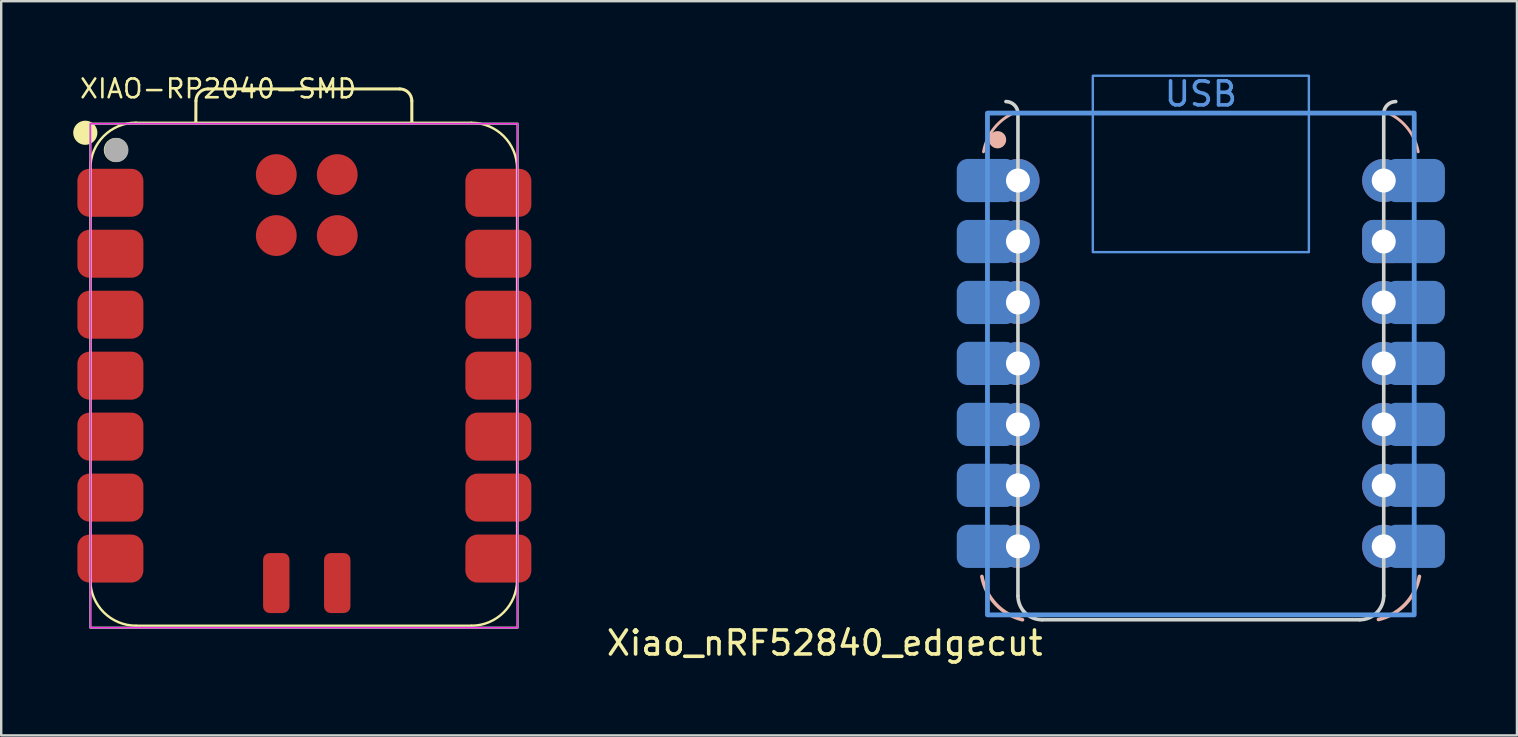
<source format=kicad_pcb>
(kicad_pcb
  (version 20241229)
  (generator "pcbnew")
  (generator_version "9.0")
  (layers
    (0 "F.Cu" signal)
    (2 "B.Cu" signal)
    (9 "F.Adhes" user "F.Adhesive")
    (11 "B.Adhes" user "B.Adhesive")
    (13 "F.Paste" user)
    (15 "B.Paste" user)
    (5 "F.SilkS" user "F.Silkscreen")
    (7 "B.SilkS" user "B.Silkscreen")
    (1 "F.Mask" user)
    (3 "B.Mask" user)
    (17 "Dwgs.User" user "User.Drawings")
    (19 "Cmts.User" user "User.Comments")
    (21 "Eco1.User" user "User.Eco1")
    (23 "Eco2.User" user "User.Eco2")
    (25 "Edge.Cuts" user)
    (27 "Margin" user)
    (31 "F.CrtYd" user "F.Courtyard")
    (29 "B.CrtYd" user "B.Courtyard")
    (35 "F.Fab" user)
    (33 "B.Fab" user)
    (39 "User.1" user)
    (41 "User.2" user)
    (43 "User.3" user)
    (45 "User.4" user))
  (footprint "XIAO-RP2040-SMD"
    (layer "F.Cu")
    (at 9.549 12.602)
    (property "Reference" "XIAO-RP2040-SMD" (at -9.335 -11.5 0) (layer "F.SilkS") (effects (font (size 0.782 0.782) (thickness 0.107)) (justify left bottom)))
    (fp_line (start -8.835 8.513) (end -8.835 -8.632) (stroke (width 0.1) (type solid)) (layer "F.SilkS"))
    (fp_line (start -6.93 10.418) (end 7.04 10.418) (stroke (width 0.1) (type solid)) (layer "F.SilkS"))
    (fp_line (start -4.44 -10.537) (end -4.436 -11.447) (stroke (width 0.127) (type solid)) (layer "F.SilkS"))
    (fp_line (start -3.936 -11.947) (end 4.059 -11.947) (stroke (width 0.127) (type solid)) (layer "F.SilkS"))
    (fp_line (start 4.559 -11.447) (end 4.559 -10.537) (stroke (width 0.127) (type solid)) (layer "F.SilkS"))
    (fp_line (start 7.04 -10.537) (end -6.93 -10.537) (stroke (width 0.1) (type solid)) (layer "F.SilkS"))
    (fp_line (start 8.945 8.513) (end 8.945 -8.632) (stroke (width 0.1) (type solid)) (layer "F.SilkS"))
    (fp_arc (start -8.835 -8.636) (mid -8.277038 -9.983038) (end -6.93 -10.541) (stroke (width 0.1) (type solid)) (layer "F.SilkS"))
    (fp_arc (start -6.93 10.418) (mid -8.277038 9.860038) (end -8.835 8.513) (stroke (width 0.1) (type solid)) (layer "F.SilkS"))
    (fp_arc (start -4.436272 -11.447272) (mid -4.289724 -11.800644) (end -3.936272 -11.947) (stroke (width 0.127) (type default)) (layer "F.SilkS"))
    (fp_arc (start 4.059 -11.947) (mid 4.412553 -11.800553) (end 4.559 -11.447) (stroke (width 0.127) (type default)) (layer "F.SilkS"))
    (fp_arc (start 7.04 -10.537) (mid 8.387038 -9.979038) (end 8.945 -8.632) (stroke (width 0.1) (type solid)) (layer "F.SilkS"))
    (fp_arc (start 8.945 8.513) (mid 8.387038 9.860038) (end 7.04 10.418) (stroke (width 0.1) (type solid)) (layer "F.SilkS"))
    (fp_circle (center -9.045 -10.121) (end -9.045 -10.375) (stroke (width 0.5) (type solid)) (fill yes) (layer "F.SilkS"))
    (fp_circle (center -7.771 -9.404) (end -7.771 -9.658) (stroke (width 0.5) (type solid)) (fill yes) (layer "F.SilkS"))
    (fp_rect (start 8.965 10.5) (end -8.835 -10.5) (stroke (width 0.05) (type default)) (fill no) (layer "F.CrtYd"))
    (fp_rect (start -8.835 -10.5) (end 8.965 10.5) (stroke (width 0.1) (type default)) (fill no) (layer "F.Fab"))
    (fp_circle (center -7.751 -9.4) (end -7.751 -9.654) (stroke (width 0.5) (type solid)) (fill no) (layer "F.Fab"))
    (pad "1" smd roundrect (at -8 -7.62) (size 2.75 2) (layers "F.Cu" "F.Mask" "F.Paste") (roundrect_rratio 0.25))
    (pad "2" smd roundrect (at -8 -5.08) (size 2.75 2) (layers "F.Cu" "F.Mask" "F.Paste") (roundrect_rratio 0.25))
    (pad "3" smd roundrect (at -8 -2.54) (size 2.75 2) (layers "F.Cu" "F.Mask" "F.Paste") (roundrect_rratio 0.25))
    (pad "4" smd roundrect (at -8 0) (size 2.75 2) (layers "F.Cu" "F.Mask" "F.Paste") (roundrect_rratio 0.25))
    (pad "5" smd roundrect (at -8 2.54) (size 2.75 2) (layers "F.Cu" "F.Mask" "F.Paste") (roundrect_rratio 0.25))
    (pad "6" smd roundrect (at -8 5.08) (size 2.75 2) (layers "F.Cu" "F.Mask" "F.Paste") (roundrect_rratio 0.25))
    (pad "7" smd roundrect (at -8 7.62) (size 2.75 2) (layers "F.Cu" "F.Mask" "F.Paste") (roundrect_rratio 0.25))
    (pad "8" smd roundrect (at 8.165 7.62) (size 2.75 2) (layers "F.Cu" "F.Mask" "F.Paste") (roundrect_rratio 0.25))
    (pad "9" smd roundrect (at 8.165 5.08) (size 2.75 2) (layers "F.Cu" "F.Mask" "F.Paste") (roundrect_rratio 0.25))
    (pad "10" smd roundrect (at 8.165 2.54) (size 2.75 2) (layers "F.Cu" "F.Mask" "F.Paste") (roundrect_rratio 0.25))
    (pad "11" smd roundrect (at 8.165 0) (size 2.75 2) (layers "F.Cu" "F.Mask" "F.Paste") (roundrect_rratio 0.25))
    (pad "12" smd roundrect (at 8.165 -2.54) (size 2.75 2) (layers "F.Cu" "F.Mask" "F.Paste") (roundrect_rratio 0.25))
    (pad "13" smd roundrect (at 8.165 -5.08) (size 2.75 2) (layers "F.Cu" "F.Mask" "F.Paste") (roundrect_rratio 0.25))
    (pad "14" smd roundrect (at 8.165 -7.62) (size 2.75 2) (layers "F.Cu" "F.Mask" "F.Paste") (roundrect_rratio 0.25))
    (pad "15" smd roundrect (at -1.088 8.64 270) (size 2.5 1.1) (layers "F.Cu" "F.Mask" "F.Paste") (roundrect_rratio 0.25))
    (pad "16" smd roundrect (at 1.452 8.64 270) (size 2.5 1.1) (layers "F.Cu" "F.Mask" "F.Paste") (roundrect_rratio 0.25))
    (pad "17" smd circle (at -1.088 -8.378) (size 1.7 1.7) (layers "F.Cu" "F.Mask" "F.Paste"))
    (pad "18" smd circle (at 1.452 -8.378) (size 1.7 1.7) (layers "F.Cu" "F.Mask" "F.Paste"))
    (pad "19" smd circle (at -1.088 -5.838) (size 1.7 1.7) (layers "F.Cu" "F.Mask" "F.Paste"))
    (pad "20" smd circle (at 1.452 -5.838) (size 1.7 1.7) (layers "F.Cu" "F.Mask" "F.Paste")))
  (footprint "Xiao_nRF52840_edgecut"
    (layer "F.Cu")
    (at 46.982 12.092)
    (property "Reference" "Xiao_nRF52840_edgecut" (at -6.5 11.65 0) (layer "F.SilkS") (effects (font (size 1 1) (thickness 0.15)) (justify right)))
    (attr through_hole exclude_from_pos_files exclude_from_bom)
    (fp_arc (start -9.055738 -8.816734) (mid -8.657466 -9.739979) (end -7.889996 -10.389588) (stroke (width 0.12) (type default)) (layer "B.SilkS"))
    (fp_arc (start -7.43 10.68) (mid -8.543799 10.029131) (end -9.122419 8.876145) (stroke (width 0.15) (type default)) (layer "B.SilkS"))
    (fp_arc (start 7.889998 -10.389592) (mid 8.657468 -9.739983) (end 9.05574 -8.816738) (stroke (width 0.12) (type default)) (layer "B.SilkS"))
    (fp_arc (start 9.10598 8.87321) (mid 8.522438 10.027435) (end 7.4 10.67) (stroke (width 0.15) (type default)) (layer "B.SilkS"))
    (fp_circle (center -8.47 -9.32) (end -8.17 -9.32) (stroke (width 0.12) (type solid)) (fill yes) (layer "B.SilkS"))
    (fp_rect (start -8.89 -10.43) (end 8.89 10.477) (stroke (width 0.2) (type solid)) (fill no) (layer "Cmts.User"))
    (fp_rect (start -4.501 -11.986) (end 4.501 -4.636) (stroke (width 0.1) (type default)) (fill no) (layer "Cmts.User"))
    (fp_line (start -7.62 9.678) (end -7.62 -10.41) (stroke (width 0.15) (type default)) (layer "Edge.Cuts"))
    (fp_line (start 6.62 10.678) (end -6.62 10.678) (stroke (width 0.15) (type default)) (layer "Edge.Cuts"))
    (fp_line (start 7.62 9.678) (end 7.62 -10.41) (stroke (width 0.15) (type default)) (layer "Edge.Cuts"))
    (fp_arc (start -8.119768 -10.910053) (mid -7.766216 -10.763605) (end -7.619768 -10.410053) (stroke (width 0.15) (type default)) (layer "Edge.Cuts"))
    (fp_arc (start -6.62 10.678) (mid -7.327107 10.385107) (end -7.62 9.678) (stroke (width 0.15) (type default)) (layer "Edge.Cuts"))
    (fp_arc (start 7.619768 -10.410053) (mid 7.766218 -10.763602) (end 8.119768 -10.910053) (stroke (width 0.15) (type default)) (layer "Edge.Cuts"))
    (fp_arc (start 7.62 9.678) (mid 7.327107 10.385107) (end 6.62 10.678) (stroke (width 0.15) (type default)) (layer "Edge.Cuts"))
    (fp_text user "USB" (at -0.000001 -10.643 0) (layer "Cmts.User") (effects (font (size 1 1) (thickness 0.15)) (justify bottom)))
    (pad "1" smd roundrect (at -8.92 -7.62) (size 2.5 1.8) (layers "B.Cu" "B.Mask") (roundrect_rratio 0.25))
    (pad "1" thru_hole circle (at -7.62 -7.62) (size 1.8 1.8) (drill 1) (layers "*.Cu" "*.Mask"))
    (pad "2" smd roundrect (at -8.92 -5.08) (size 2.5 1.8) (layers "B.Cu" "B.Mask") (roundrect_rratio 0.25))
    (pad "2" thru_hole circle (at -7.62 -5.08) (size 1.8 1.8) (drill 1) (layers "*.Cu" "*.Mask"))
    (pad "3" smd roundrect (at -8.92 -2.54) (size 2.5 1.8) (layers "B.Cu" "B.Mask") (roundrect_rratio 0.25))
    (pad "3" thru_hole circle (at -7.62 -2.54) (size 1.8 1.8) (drill 1) (layers "*.Cu" "*.Mask"))
    (pad "4" smd roundrect (at -8.92 0) (size 2.5 1.8) (layers "B.Cu" "B.Mask") (roundrect_rratio 0.25))
    (pad "4" thru_hole circle (at -7.62 0) (size 1.8 1.8) (drill 1) (layers "*.Cu" "*.Mask"))
    (pad "5" smd roundrect (at -8.92 2.54) (size 2.5 1.8) (layers "B.Cu" "B.Mask") (roundrect_rratio 0.25))
    (pad "5" thru_hole circle (at -7.62 2.54) (size 1.8 1.8) (drill 1) (layers "*.Cu" "*.Mask"))
    (pad "6" smd roundrect (at -8.92 5.08) (size 2.5 1.8) (layers "B.Cu" "B.Mask") (roundrect_rratio 0.25))
    (pad "6" thru_hole circle (at -7.62 5.08) (size 1.8 1.8) (drill 1) (layers "*.Cu" "*.Mask"))
    (pad "7" smd roundrect (at -8.92 7.62) (size 2.5 1.8) (layers "B.Cu" "B.Mask") (roundrect_rratio 0.25))
    (pad "7" thru_hole circle (at -7.62 7.62) (size 1.8 1.8) (drill 1) (layers "*.Cu" "*.Mask"))
    (pad "8" thru_hole circle (at 7.62 -7.62 180) (size 1.8 1.8) (drill 1) (layers "*.Cu" "*.Mask"))
    (pad "8" smd roundrect (at 8.92 -7.62 180) (size 2.5 1.8) (layers "B.Cu" "B.Mask") (roundrect_rratio 0.25))
    (pad "9" thru_hole roundrect (at 7.62 -5.08 180) (size 1.8 1.8) (drill 1) (layers "*.Cu" "*.Mask") (roundrect_rratio 0.25))
    (pad "9" smd roundrect (at 8.92 -5.08 180) (size 2.5 1.8) (layers "B.Cu" "B.Mask") (roundrect_rratio 0.25))
    (pad "10" thru_hole circle (at 7.62 -2.54 180) (size 1.8 1.8) (drill 1) (layers "*.Cu" "*.Mask"))
    (pad "10" smd roundrect (at 8.92 -2.54 180) (size 2.5 1.8) (layers "B.Cu" "B.Mask") (roundrect_rratio 0.25))
    (pad "11" thru_hole circle (at 7.62 0 180) (size 1.8 1.8) (drill 1) (layers "*.Cu" "*.Mask"))
    (pad "11" smd roundrect (at 8.92 0 180) (size 2.5 1.8) (layers "B.Cu" "B.Mask") (roundrect_rratio 0.25))
    (pad "12" thru_hole circle (at 7.62 2.54 180) (size 1.8 1.8) (drill 1) (layers "*.Cu" "*.Mask"))
    (pad "12" smd roundrect (at 8.92 2.54 180) (size 2.5 1.8) (layers "B.Cu" "B.Mask") (roundrect_rratio 0.25))
    (pad "13" thru_hole circle (at 7.62 5.08) (size 1.8 1.8) (drill 1) (layers "*.Cu" "*.Mask"))
    (pad "13" smd roundrect (at 8.92 5.08) (size 2.5 1.8) (layers "B.Cu" "B.Mask") (roundrect_rratio 0.25))
    (pad "14" thru_hole circle (at 7.62 7.62) (size 1.8 1.8) (drill 1) (layers "*.Cu" "*.Mask"))
    (pad "14" smd roundrect (at 8.92 7.62) (size 2.5 1.8) (layers "B.Cu" "B.Mask") (roundrect_rratio 0.25)))
  (gr_rect
    (start -3 -3)
    (end 60.152 27.591)
    (stroke (width 0.1) (type default))
    (fill no)
    (layer "Edge.Cuts")))
</source>
